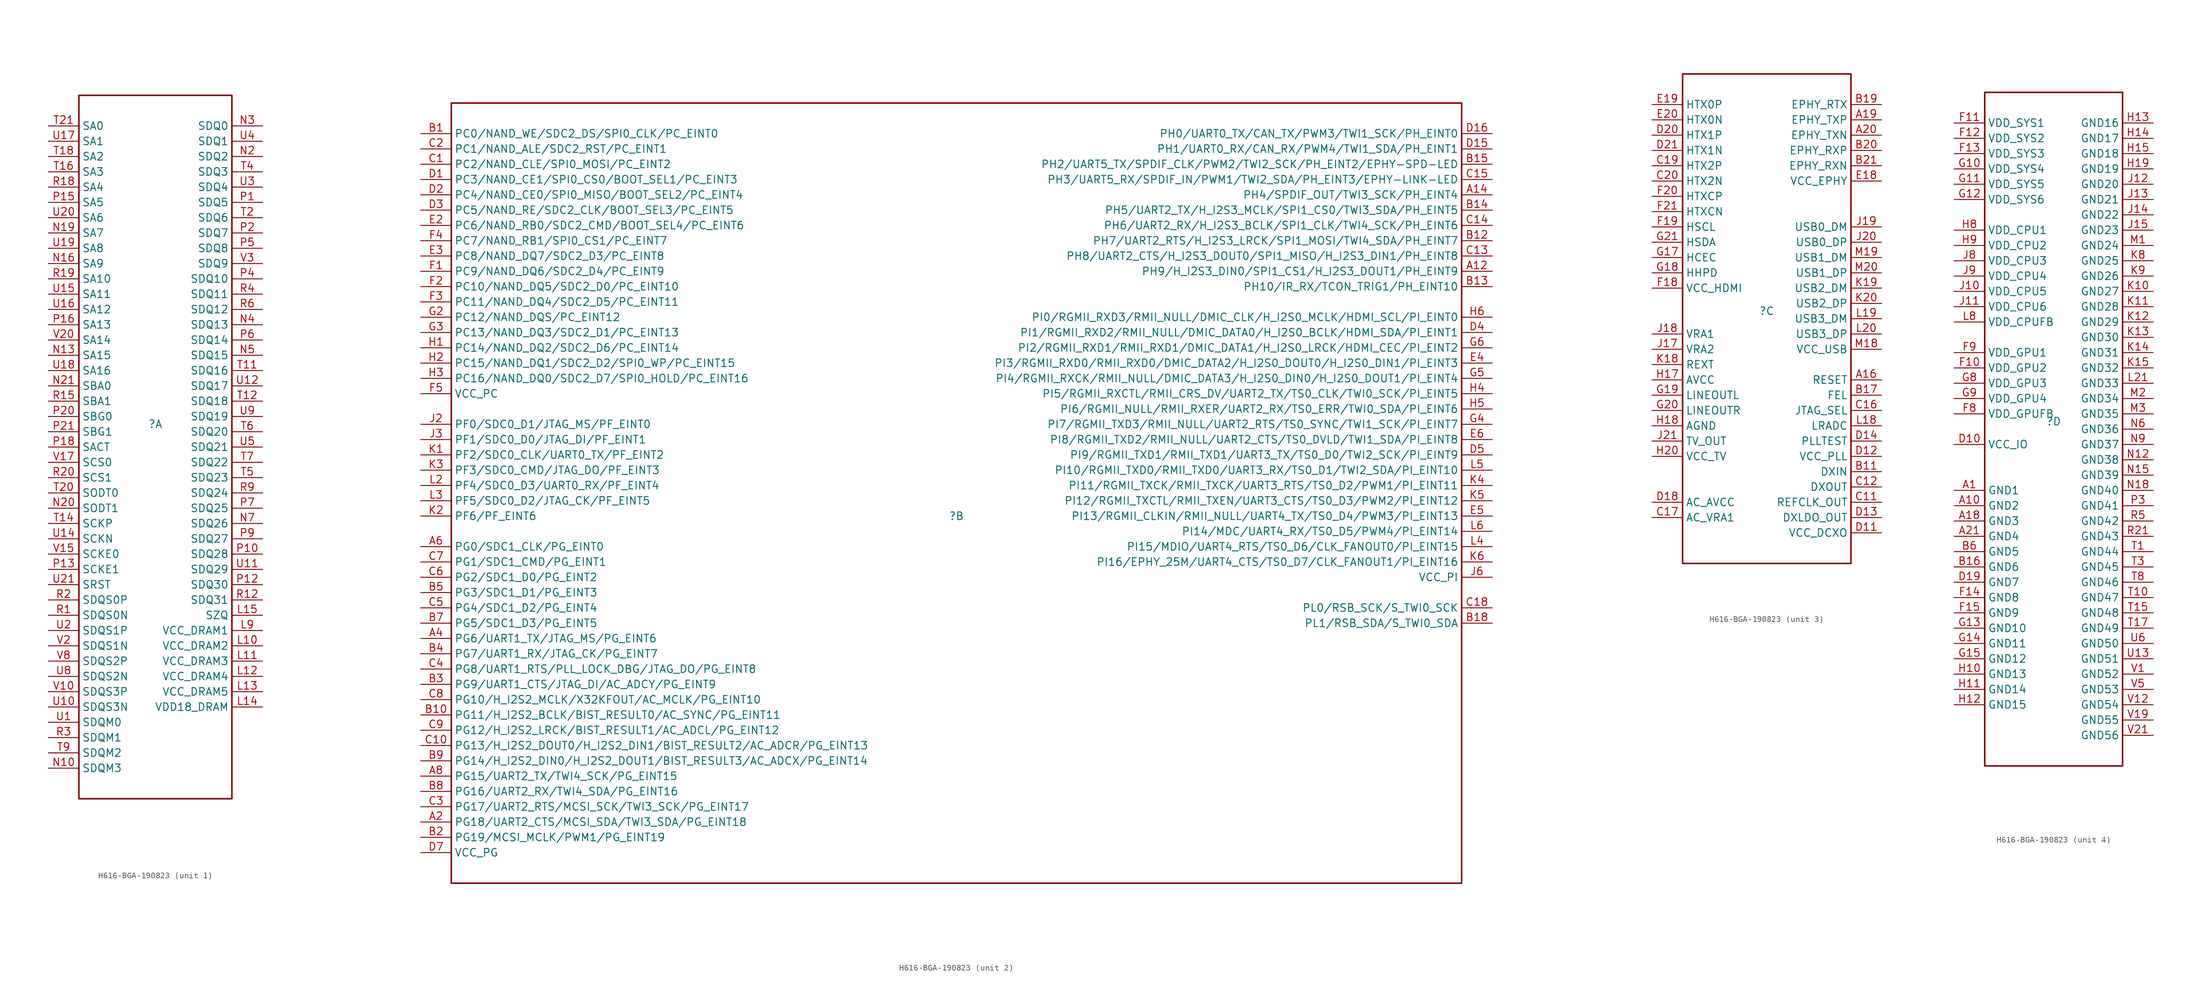
<source format=kicad_sym>
(kicad_symbol_lib
  (version 20231120)
  (generator "kicad_symbol_editor")
  (generator_version "8.0")
  (symbol "H616-BGA-190823"
    (property "Reference" ""
      (at 0 0 0)
      (effects (font (size 1.27 1.27))))
    (property "Value" ""
      (at 0 0 0)
      (effects (font (size 1.27 1.27))))
    (symbol "H616-BGA-190823_1_0"
      (rectangle (start -12.7 54.61) (end 12.7 -62.23) (stroke (width 0.254) (type solid)) (fill (type none)))
      (pin input line (at 17.78 -36.83 180) (length 5.08) (name "VCC_DRAM2" (effects (font (size 1.27 1.27)))) (number "L10" (effects (font (size 1.27 1.27)))))
      (pin input line (at 17.78 -39.37 180) (length 5.08) (name "VCC_DRAM3" (effects (font (size 1.27 1.27)))) (number "L11" (effects (font (size 1.27 1.27)))))
      (pin input line (at 17.78 -41.91 180) (length 5.08) (name "VCC_DRAM4" (effects (font (size 1.27 1.27)))) (number "L12" (effects (font (size 1.27 1.27)))))
      (pin input line (at 17.78 -44.45 180) (length 5.08) (name "VCC_DRAM5" (effects (font (size 1.27 1.27)))) (number "L13" (effects (font (size 1.27 1.27)))))
      (pin input line (at 17.78 -46.99 180) (length 5.08) (name "VDD18_DRAM" (effects (font (size 1.27 1.27)))) (number "L14" (effects (font (size 1.27 1.27)))))
      (pin input line (at 17.78 -31.75 180) (length 5.08) (name "SZQ" (effects (font (size 1.27 1.27)))) (number "L15" (effects (font (size 1.27 1.27)))))
      (pin input line (at 17.78 -34.29 180) (length 5.08) (name "VCC_DRAM1" (effects (font (size 1.27 1.27)))) (number "L9" (effects (font (size 1.27 1.27)))))
      (pin input line (at -17.78 -57.15 0) (length 5.08) (name "SDQM3" (effects (font (size 1.27 1.27)))) (number "N10" (effects (font (size 1.27 1.27)))))
      (pin input line (at -17.78 11.43 0) (length 5.08) (name "SA15" (effects (font (size 1.27 1.27)))) (number "N13" (effects (font (size 1.27 1.27)))))
      (pin input line (at -17.78 26.67 0) (length 5.08) (name "SA9" (effects (font (size 1.27 1.27)))) (number "N16" (effects (font (size 1.27 1.27)))))
      (pin input line (at -17.78 31.75 0) (length 5.08) (name "SA7" (effects (font (size 1.27 1.27)))) (number "N19" (effects (font (size 1.27 1.27)))))
      (pin input line (at 17.78 44.45 180) (length 5.08) (name "SDQ2" (effects (font (size 1.27 1.27)))) (number "N2" (effects (font (size 1.27 1.27)))))
      (pin input line (at -17.78 -13.97 0) (length 5.08) (name "SODT1" (effects (font (size 1.27 1.27)))) (number "N20" (effects (font (size 1.27 1.27)))))
      (pin input line (at -17.78 6.35 0) (length 5.08) (name "SBA0" (effects (font (size 1.27 1.27)))) (number "N21" (effects (font (size 1.27 1.27)))))
      (pin input line (at 17.78 49.53 180) (length 5.08) (name "SDQ0" (effects (font (size 1.27 1.27)))) (number "N3" (effects (font (size 1.27 1.27)))))
      (pin input line (at 17.78 16.51 180) (length 5.08) (name "SDQ13" (effects (font (size 1.27 1.27)))) (number "N4" (effects (font (size 1.27 1.27)))))
      (pin input line (at 17.78 11.43 180) (length 5.08) (name "SDQ15" (effects (font (size 1.27 1.27)))) (number "N5" (effects (font (size 1.27 1.27)))))
      (pin input line (at 17.78 -16.51 180) (length 5.08) (name "SDQ26" (effects (font (size 1.27 1.27)))) (number "N7" (effects (font (size 1.27 1.27)))))
      (pin input line (at 17.78 36.83 180) (length 5.08) (name "SDQ5" (effects (font (size 1.27 1.27)))) (number "P1" (effects (font (size 1.27 1.27)))))
      (pin input line (at 17.78 -21.59 180) (length 5.08) (name "SDQ28" (effects (font (size 1.27 1.27)))) (number "P10" (effects (font (size 1.27 1.27)))))
      (pin input line (at 17.78 -26.67 180) (length 5.08) (name "SDQ30" (effects (font (size 1.27 1.27)))) (number "P12" (effects (font (size 1.27 1.27)))))
      (pin input line (at -17.78 -24.13 0) (length 5.08) (name "SCKE1" (effects (font (size 1.27 1.27)))) (number "P13" (effects (font (size 1.27 1.27)))))
      (pin input line (at -17.78 36.83 0) (length 5.08) (name "SA5" (effects (font (size 1.27 1.27)))) (number "P15" (effects (font (size 1.27 1.27)))))
      (pin input line (at -17.78 16.51 0) (length 5.08) (name "SA13" (effects (font (size 1.27 1.27)))) (number "P16" (effects (font (size 1.27 1.27)))))
      (pin input line (at -17.78 -3.81 0) (length 5.08) (name "SACT" (effects (font (size 1.27 1.27)))) (number "P18" (effects (font (size 1.27 1.27)))))
      (pin input line (at 17.78 31.75 180) (length 5.08) (name "SDQ7" (effects (font (size 1.27 1.27)))) (number "P2" (effects (font (size 1.27 1.27)))))
      (pin input line (at -17.78 1.27 0) (length 5.08) (name "SBG0" (effects (font (size 1.27 1.27)))) (number "P20" (effects (font (size 1.27 1.27)))))
      (pin input line (at -17.78 -1.27 0) (length 5.08) (name "SBG1" (effects (font (size 1.27 1.27)))) (number "P21" (effects (font (size 1.27 1.27)))))
      (pin input line (at 17.78 24.13 180) (length 5.08) (name "SDQ10" (effects (font (size 1.27 1.27)))) (number "P4" (effects (font (size 1.27 1.27)))))
      (pin input line (at 17.78 29.21 180) (length 5.08) (name "SDQ8" (effects (font (size 1.27 1.27)))) (number "P5" (effects (font (size 1.27 1.27)))))
      (pin input line (at 17.78 13.97 180) (length 5.08) (name "SDQ14" (effects (font (size 1.27 1.27)))) (number "P6" (effects (font (size 1.27 1.27)))))
      (pin input line (at 17.78 -13.97 180) (length 5.08) (name "SDQ25" (effects (font (size 1.27 1.27)))) (number "P7" (effects (font (size 1.27 1.27)))))
      (pin input line (at 17.78 -19.05 180) (length 5.08) (name "SDQ27" (effects (font (size 1.27 1.27)))) (number "P9" (effects (font (size 1.27 1.27)))))
      (pin input line (at -17.78 -31.75 0) (length 5.08) (name "SDQS0N" (effects (font (size 1.27 1.27)))) (number "R1" (effects (font (size 1.27 1.27)))))
      (pin input line (at 17.78 -29.21 180) (length 5.08) (name "SDQ31" (effects (font (size 1.27 1.27)))) (number "R12" (effects (font (size 1.27 1.27)))))
      (pin input line (at -17.78 3.81 0) (length 5.08) (name "SBA1" (effects (font (size 1.27 1.27)))) (number "R15" (effects (font (size 1.27 1.27)))))
      (pin input line (at -17.78 39.37 0) (length 5.08) (name "SA4" (effects (font (size 1.27 1.27)))) (number "R18" (effects (font (size 1.27 1.27)))))
      (pin input line (at -17.78 24.13 0) (length 5.08) (name "SA10" (effects (font (size 1.27 1.27)))) (number "R19" (effects (font (size 1.27 1.27)))))
      (pin input line (at -17.78 -29.21 0) (length 5.08) (name "SDQS0P" (effects (font (size 1.27 1.27)))) (number "R2" (effects (font (size 1.27 1.27)))))
      (pin input line (at -17.78 -8.89 0) (length 5.08) (name "SCS1" (effects (font (size 1.27 1.27)))) (number "R20" (effects (font (size 1.27 1.27)))))
      (pin input line (at -17.78 -52.07 0) (length 5.08) (name "SDQM1" (effects (font (size 1.27 1.27)))) (number "R3" (effects (font (size 1.27 1.27)))))
      (pin input line (at 17.78 21.59 180) (length 5.08) (name "SDQ11" (effects (font (size 1.27 1.27)))) (number "R4" (effects (font (size 1.27 1.27)))))
      (pin input line (at 17.78 19.05 180) (length 5.08) (name "SDQ12" (effects (font (size 1.27 1.27)))) (number "R6" (effects (font (size 1.27 1.27)))))
      (pin input line (at 17.78 -11.43 180) (length 5.08) (name "SDQ24" (effects (font (size 1.27 1.27)))) (number "R9" (effects (font (size 1.27 1.27)))))
      (pin input line (at 17.78 8.89 180) (length 5.08) (name "SDQ16" (effects (font (size 1.27 1.27)))) (number "T11" (effects (font (size 1.27 1.27)))))
      (pin input line (at 17.78 3.81 180) (length 5.08) (name "SDQ18" (effects (font (size 1.27 1.27)))) (number "T12" (effects (font (size 1.27 1.27)))))
      (pin input line (at -17.78 -16.51 0) (length 5.08) (name "SCKP" (effects (font (size 1.27 1.27)))) (number "T14" (effects (font (size 1.27 1.27)))))
      (pin input line (at -17.78 41.91 0) (length 5.08) (name "SA3" (effects (font (size 1.27 1.27)))) (number "T16" (effects (font (size 1.27 1.27)))))
      (pin input line (at -17.78 44.45 0) (length 5.08) (name "SA2" (effects (font (size 1.27 1.27)))) (number "T18" (effects (font (size 1.27 1.27)))))
      (pin input line (at 17.78 34.29 180) (length 5.08) (name "SDQ6" (effects (font (size 1.27 1.27)))) (number "T2" (effects (font (size 1.27 1.27)))))
      (pin input line (at -17.78 -11.43 0) (length 5.08) (name "SODT0" (effects (font (size 1.27 1.27)))) (number "T20" (effects (font (size 1.27 1.27)))))
      (pin input line (at -17.78 49.53 0) (length 5.08) (name "SA0" (effects (font (size 1.27 1.27)))) (number "T21" (effects (font (size 1.27 1.27)))))
      (pin input line (at 17.78 41.91 180) (length 5.08) (name "SDQ3" (effects (font (size 1.27 1.27)))) (number "T4" (effects (font (size 1.27 1.27)))))
      (pin input line (at 17.78 -8.89 180) (length 5.08) (name "SDQ23" (effects (font (size 1.27 1.27)))) (number "T5" (effects (font (size 1.27 1.27)))))
      (pin input line (at 17.78 -1.27 180) (length 5.08) (name "SDQ20" (effects (font (size 1.27 1.27)))) (number "T6" (effects (font (size 1.27 1.27)))))
      (pin input line (at 17.78 -6.35 180) (length 5.08) (name "SDQ22" (effects (font (size 1.27 1.27)))) (number "T7" (effects (font (size 1.27 1.27)))))
      (pin input line (at -17.78 -54.61 0) (length 5.08) (name "SDQM2" (effects (font (size 1.27 1.27)))) (number "T9" (effects (font (size 1.27 1.27)))))
      (pin input line (at -17.78 -49.53 0) (length 5.08) (name "SDQM0" (effects (font (size 1.27 1.27)))) (number "U1" (effects (font (size 1.27 1.27)))))
      (pin input line (at -17.78 -46.99 0) (length 5.08) (name "SDQS3N" (effects (font (size 1.27 1.27)))) (number "U10" (effects (font (size 1.27 1.27)))))
      (pin input line (at 17.78 -24.13 180) (length 5.08) (name "SDQ29" (effects (font (size 1.27 1.27)))) (number "U11" (effects (font (size 1.27 1.27)))))
      (pin input line (at 17.78 6.35 180) (length 5.08) (name "SDQ17" (effects (font (size 1.27 1.27)))) (number "U12" (effects (font (size 1.27 1.27)))))
      (pin input line (at -17.78 -19.05 0) (length 5.08) (name "SCKN" (effects (font (size 1.27 1.27)))) (number "U14" (effects (font (size 1.27 1.27)))))
      (pin input line (at -17.78 21.59 0) (length 5.08) (name "SA11" (effects (font (size 1.27 1.27)))) (number "U15" (effects (font (size 1.27 1.27)))))
      (pin input line (at -17.78 19.05 0) (length 5.08) (name "SA12" (effects (font (size 1.27 1.27)))) (number "U16" (effects (font (size 1.27 1.27)))))
      (pin input line (at -17.78 46.99 0) (length 5.08) (name "SA1" (effects (font (size 1.27 1.27)))) (number "U17" (effects (font (size 1.27 1.27)))))
      (pin input line (at -17.78 8.89 0) (length 5.08) (name "SA16" (effects (font (size 1.27 1.27)))) (number "U18" (effects (font (size 1.27 1.27)))))
      (pin input line (at -17.78 29.21 0) (length 5.08) (name "SA8" (effects (font (size 1.27 1.27)))) (number "U19" (effects (font (size 1.27 1.27)))))
      (pin input line (at -17.78 -34.29 0) (length 5.08) (name "SDQS1P" (effects (font (size 1.27 1.27)))) (number "U2" (effects (font (size 1.27 1.27)))))
      (pin input line (at -17.78 34.29 0) (length 5.08) (name "SA6" (effects (font (size 1.27 1.27)))) (number "U20" (effects (font (size 1.27 1.27)))))
      (pin input line (at -17.78 -26.67 0) (length 5.08) (name "SRST" (effects (font (size 1.27 1.27)))) (number "U21" (effects (font (size 1.27 1.27)))))
      (pin input line (at 17.78 39.37 180) (length 5.08) (name "SDQ4" (effects (font (size 1.27 1.27)))) (number "U3" (effects (font (size 1.27 1.27)))))
      (pin input line (at 17.78 46.99 180) (length 5.08) (name "SDQ1" (effects (font (size 1.27 1.27)))) (number "U4" (effects (font (size 1.27 1.27)))))
      (pin input line (at 17.78 -3.81 180) (length 5.08) (name "SDQ21" (effects (font (size 1.27 1.27)))) (number "U5" (effects (font (size 1.27 1.27)))))
      (pin input line (at -17.78 -41.91 0) (length 5.08) (name "SDQS2N" (effects (font (size 1.27 1.27)))) (number "U8" (effects (font (size 1.27 1.27)))))
      (pin input line (at 17.78 1.27 180) (length 5.08) (name "SDQ19" (effects (font (size 1.27 1.27)))) (number "U9" (effects (font (size 1.27 1.27)))))
      (pin input line (at -17.78 -44.45 0) (length 5.08) (name "SDQS3P" (effects (font (size 1.27 1.27)))) (number "V10" (effects (font (size 1.27 1.27)))))
      (pin input line (at -17.78 -21.59 0) (length 5.08) (name "SCKE0" (effects (font (size 1.27 1.27)))) (number "V15" (effects (font (size 1.27 1.27)))))
      (pin input line (at -17.78 -6.35 0) (length 5.08) (name "SCS0" (effects (font (size 1.27 1.27)))) (number "V17" (effects (font (size 1.27 1.27)))))
      (pin input line (at -17.78 -36.83 0) (length 5.08) (name "SDQS1N" (effects (font (size 1.27 1.27)))) (number "V2" (effects (font (size 1.27 1.27)))))
      (pin input line (at -17.78 13.97 0) (length 5.08) (name "SA14" (effects (font (size 1.27 1.27)))) (number "V20" (effects (font (size 1.27 1.27)))))
      (pin input line (at 17.78 26.67 180) (length 5.08) (name "SDQ9" (effects (font (size 1.27 1.27)))) (number "V3" (effects (font (size 1.27 1.27)))))
      (pin input line (at -17.78 -39.37 0) (length 5.08) (name "SDQS2P" (effects (font (size 1.27 1.27)))) (number "V8" (effects (font (size 1.27 1.27))))))
    (symbol "H616-BGA-190823_2_0"
      (rectangle (start -83.82 68.58) (end 83.82 -60.96) (stroke (width 0.254) (type solid)) (fill (type none)))
      (pin input line (at 88.9 40.64 180) (length 5.08) (name "PH9/H_I2S3_DIN0/SPI1_CS1/H_I2S3_DOUT1/PH_EINT9" (effects (font (size 1.27 1.27)))) (number "A12" (effects (font (size 1.27 1.27)))))
      (pin input line (at 88.9 53.34 180) (length 5.08) (name "PH4/SPDIF_OUT/TWI3_SCK/PH_EINT4" (effects (font (size 1.27 1.27)))) (number "A14" (effects (font (size 1.27 1.27)))))
      (pin input line (at -88.9 -50.8 0) (length 5.08) (name "PG18/UART2_CTS/MCSI_SDA/TWI3_SDA/PG_EINT18" (effects (font (size 1.27 1.27)))) (number "A2" (effects (font (size 1.27 1.27)))))
      (pin input line (at -88.9 -20.32 0) (length 5.08) (name "PG6/UART1_TX/JTAG_MS/PG_EINT6" (effects (font (size 1.27 1.27)))) (number "A4" (effects (font (size 1.27 1.27)))))
      (pin input line (at -88.9 -5.08 0) (length 5.08) (name "PG0/SDC1_CLK/PG_EINT0" (effects (font (size 1.27 1.27)))) (number "A6" (effects (font (size 1.27 1.27)))))
      (pin input line (at -88.9 -43.18 0) (length 5.08) (name "PG15/UART2_TX/TWI4_SCK/PG_EINT15" (effects (font (size 1.27 1.27)))) (number "A8" (effects (font (size 1.27 1.27)))))
      (pin input line (at -88.9 63.5 0) (length 5.08) (name "PC0/NAND_WE/SDC2_DS/SPI0_CLK/PC_EINT0" (effects (font (size 1.27 1.27)))) (number "B1" (effects (font (size 1.27 1.27)))))
      (pin input line (at -88.9 -33.02 0) (length 5.08) (name "PG11/H_I2S2_BCLK/BIST_RESULT0/AC_SYNC/PG_EINT11" (effects (font (size 1.27 1.27)))) (number "B10" (effects (font (size 1.27 1.27)))))
      (pin input line (at 88.9 45.72 180) (length 5.08) (name "PH7/UART2_RTS/H_I2S3_LRCK/SPI1_MOSI/TWI4_SDA/PH_EINT7" (effects (font (size 1.27 1.27)))) (number "B12" (effects (font (size 1.27 1.27)))))
      (pin input line (at 88.9 38.1 180) (length 5.08) (name "PH10/IR_RX/TCON_TRIG1/PH_EINT10" (effects (font (size 1.27 1.27)))) (number "B13" (effects (font (size 1.27 1.27)))))
      (pin input line (at 88.9 50.8 180) (length 5.08) (name "PH5/UART2_TX/H_I2S3_MCLK/SPI1_CS0/TWI3_SDA/PH_EINT5" (effects (font (size 1.27 1.27)))) (number "B14" (effects (font (size 1.27 1.27)))))
      (pin input line (at 88.9 58.42 180) (length 5.08) (name "PH2/UART5_TX/SPDIF_CLK/PWM2/TWI2_SCK/PH_EINT2/EPHY-SPD-LED" (effects (font (size 1.27 1.27)))) (number "B15" (effects (font (size 1.27 1.27)))))
      (pin input line (at 88.9 -17.78 180) (length 5.08) (name "PL1/RSB_SDA/S_TWI0_SDA" (effects (font (size 1.27 1.27)))) (number "B18" (effects (font (size 1.27 1.27)))))
      (pin input line (at -88.9 -53.34 0) (length 5.08) (name "PG19/MCSI_MCLK/PWM1/PG_EINT19" (effects (font (size 1.27 1.27)))) (number "B2" (effects (font (size 1.27 1.27)))))
      (pin input line (at -88.9 -27.94 0) (length 5.08) (name "PG9/UART1_CTS/JTAG_DI/AC_ADCY/PG_EINT9" (effects (font (size 1.27 1.27)))) (number "B3" (effects (font (size 1.27 1.27)))))
      (pin input line (at -88.9 -22.86 0) (length 5.08) (name "PG7/UART1_RX/JTAG_CK/PG_EINT7" (effects (font (size 1.27 1.27)))) (number "B4" (effects (font (size 1.27 1.27)))))
      (pin input line (at -88.9 -12.7 0) (length 5.08) (name "PG3/SDC1_D1/PG_EINT3" (effects (font (size 1.27 1.27)))) (number "B5" (effects (font (size 1.27 1.27)))))
      (pin input line (at -88.9 -17.78 0) (length 5.08) (name "PG5/SDC1_D3/PG_EINT5" (effects (font (size 1.27 1.27)))) (number "B7" (effects (font (size 1.27 1.27)))))
      (pin input line (at -88.9 -45.72 0) (length 5.08) (name "PG16/UART2_RX/TWI4_SDA/PG_EINT16" (effects (font (size 1.27 1.27)))) (number "B8" (effects (font (size 1.27 1.27)))))
      (pin input line (at -88.9 -40.64 0) (length 5.08) (name "PG14/H_I2S2_DIN0/H_I2S2_DOUT1/BIST_RESULT3/AC_ADCX/PG_EINT14" (effects (font (size 1.27 1.27)))) (number "B9" (effects (font (size 1.27 1.27)))))
      (pin input line (at -88.9 58.42 0) (length 5.08) (name "PC2/NAND_CLE/SPI0_MOSI/PC_EINT2" (effects (font (size 1.27 1.27)))) (number "C1" (effects (font (size 1.27 1.27)))))
      (pin input line (at -88.9 -38.1 0) (length 5.08) (name "PG13/H_I2S2_DOUT0/H_I2S2_DIN1/BIST_RESULT2/AC_ADCR/PG_EINT13" (effects (font (size 1.27 1.27)))) (number "C10" (effects (font (size 1.27 1.27)))))
      (pin input line (at 88.9 43.18 180) (length 5.08) (name "PH8/UART2_CTS/H_I2S3_DOUT0/SPI1_MISO/H_I2S3_DIN1/PH_EINT8" (effects (font (size 1.27 1.27)))) (number "C13" (effects (font (size 1.27 1.27)))))
      (pin input line (at 88.9 48.26 180) (length 5.08) (name "PH6/UART2_RX/H_I2S3_BCLK/SPI1_CLK/TWI4_SCK/PH_EINT6" (effects (font (size 1.27 1.27)))) (number "C14" (effects (font (size 1.27 1.27)))))
      (pin input line (at 88.9 55.88 180) (length 5.08) (name "PH3/UART5_RX/SPDIF_IN/PWM1/TWI2_SDA/PH_EINT3/EPHY-LINK-LED" (effects (font (size 1.27 1.27)))) (number "C15" (effects (font (size 1.27 1.27)))))
      (pin input line (at 88.9 -15.24 180) (length 5.08) (name "PL0/RSB_SCK/S_TWI0_SCK" (effects (font (size 1.27 1.27)))) (number "C18" (effects (font (size 1.27 1.27)))))
      (pin input line (at -88.9 60.96 0) (length 5.08) (name "PC1/NAND_ALE/SDC2_RST/PC_EINT1" (effects (font (size 1.27 1.27)))) (number "C2" (effects (font (size 1.27 1.27)))))
      (pin input line (at -88.9 -48.26 0) (length 5.08) (name "PG17/UART2_RTS/MCSI_SCK/TWI3_SCK/PG_EINT17" (effects (font (size 1.27 1.27)))) (number "C3" (effects (font (size 1.27 1.27)))))
      (pin input line (at -88.9 -25.4 0) (length 5.08) (name "PG8/UART1_RTS/PLL_LOCK_DBG/JTAG_DO/PG_EINT8" (effects (font (size 1.27 1.27)))) (number "C4" (effects (font (size 1.27 1.27)))))
      (pin input line (at -88.9 -15.24 0) (length 5.08) (name "PG4/SDC1_D2/PG_EINT4" (effects (font (size 1.27 1.27)))) (number "C5" (effects (font (size 1.27 1.27)))))
      (pin input line (at -88.9 -10.16 0) (length 5.08) (name "PG2/SDC1_D0/PG_EINT2" (effects (font (size 1.27 1.27)))) (number "C6" (effects (font (size 1.27 1.27)))))
      (pin input line (at -88.9 -7.62 0) (length 5.08) (name "PG1/SDC1_CMD/PG_EINT1" (effects (font (size 1.27 1.27)))) (number "C7" (effects (font (size 1.27 1.27)))))
      (pin input line (at -88.9 -30.48 0) (length 5.08) (name "PG10/H_I2S2_MCLK/X32KFOUT/AC_MCLK/PG_EINT10" (effects (font (size 1.27 1.27)))) (number "C8" (effects (font (size 1.27 1.27)))))
      (pin input line (at -88.9 -35.56 0) (length 5.08) (name "PG12/H_I2S2_LRCK/BIST_RESULT1/AC_ADCL/PG_EINT12" (effects (font (size 1.27 1.27)))) (number "C9" (effects (font (size 1.27 1.27)))))
      (pin input line (at -88.9 55.88 0) (length 5.08) (name "PC3/NAND_CE1/SPI0_CS0/BOOT_SEL1/PC_EINT3" (effects (font (size 1.27 1.27)))) (number "D1" (effects (font (size 1.27 1.27)))))
      (pin input line (at 88.9 60.96 180) (length 5.08) (name "PH1/UART0_RX/CAN_RX/PWM4/TWI1_SDA/PH_EINT1" (effects (font (size 1.27 1.27)))) (number "D15" (effects (font (size 1.27 1.27)))))
      (pin input line (at 88.9 63.5 180) (length 5.08) (name "PH0/UART0_TX/CAN_TX/PWM3/TWI1_SCK/PH_EINT0" (effects (font (size 1.27 1.27)))) (number "D16" (effects (font (size 1.27 1.27)))))
      (pin input line (at -88.9 53.34 0) (length 5.08) (name "PC4/NAND_CE0/SPI0_MISO/BOOT_SEL2/PC_EINT4" (effects (font (size 1.27 1.27)))) (number "D2" (effects (font (size 1.27 1.27)))))
      (pin input line (at -88.9 50.8 0) (length 5.08) (name "PC5/NAND_RE/SDC2_CLK/BOOT_SEL3/PC_EINT5" (effects (font (size 1.27 1.27)))) (number "D3" (effects (font (size 1.27 1.27)))))
      (pin input line (at 88.9 30.48 180) (length 5.08) (name "PI1/RGMII_RXD2/RMII_NULL/DMIC_DATA0/H_I2S0_BCLK/HDMI_SDA/PI_EINT1" (effects (font (size 1.27 1.27)))) (number "D4" (effects (font (size 1.27 1.27)))))
      (pin input line (at 88.9 10.16 180) (length 5.08) (name "PI9/RGMII_TXD1/RMII_TXD1/UART3_TX/TS0_D0/TWI2_SCK/PI_EINT9" (effects (font (size 1.27 1.27)))) (number "D5" (effects (font (size 1.27 1.27)))))
      (pin input line (at -88.9 -55.88 0) (length 5.08) (name "VCC_PG" (effects (font (size 1.27 1.27)))) (number "D7" (effects (font (size 1.27 1.27)))))
      (pin input line (at -88.9 48.26 0) (length 5.08) (name "PC6/NAND_RB0/SDC2_CMD/BOOT_SEL4/PC_EINT6" (effects (font (size 1.27 1.27)))) (number "E2" (effects (font (size 1.27 1.27)))))
      (pin input line (at -88.9 43.18 0) (length 5.08) (name "PC8/NAND_DQ7/SDC2_D3/PC_EINT8" (effects (font (size 1.27 1.27)))) (number "E3" (effects (font (size 1.27 1.27)))))
      (pin input line (at 88.9 25.4 180) (length 5.08) (name "PI3/RGMII_RXD0/RMII_RXD0/DMIC_DATA2/H_I2S0_DOUT0/H_I2S0_DIN1/PI_EINT3" (effects (font (size 1.27 1.27)))) (number "E4" (effects (font (size 1.27 1.27)))))
      (pin input line (at 88.9 0 180) (length 5.08) (name "PI13/RGMII_CLKIN/RMII_NULL/UART4_TX/TS0_D4/PWM3/PI_EINT13" (effects (font (size 1.27 1.27)))) (number "E5" (effects (font (size 1.27 1.27)))))
      (pin input line (at 88.9 12.7 180) (length 5.08) (name "PI8/RGMII_TXD2/RMII_NULL/UART2_CTS/TS0_DVLD/TWI1_SDA/PI_EINT8" (effects (font (size 1.27 1.27)))) (number "E6" (effects (font (size 1.27 1.27)))))
      (pin input line (at -88.9 40.64 0) (length 5.08) (name "PC9/NAND_DQ6/SDC2_D4/PC_EINT9" (effects (font (size 1.27 1.27)))) (number "F1" (effects (font (size 1.27 1.27)))))
      (pin input line (at -88.9 38.1 0) (length 5.08) (name "PC10/NAND_DQ5/SDC2_D0/PC_EINT10" (effects (font (size 1.27 1.27)))) (number "F2" (effects (font (size 1.27 1.27)))))
      (pin input line (at -88.9 35.56 0) (length 5.08) (name "PC11/NAND_DQ4/SDC2_D5/PC_EINT11" (effects (font (size 1.27 1.27)))) (number "F3" (effects (font (size 1.27 1.27)))))
      (pin input line (at -88.9 45.72 0) (length 5.08) (name "PC7/NAND_RB1/SPI0_CS1/PC_EINT7" (effects (font (size 1.27 1.27)))) (number "F4" (effects (font (size 1.27 1.27)))))
      (pin input line (at -88.9 20.32 0) (length 5.08) (name "VCC_PC" (effects (font (size 1.27 1.27)))) (number "F5" (effects (font (size 1.27 1.27)))))
      (pin input line (at -88.9 33.02 0) (length 5.08) (name "PC12/NAND_DQS/PC_EINT12" (effects (font (size 1.27 1.27)))) (number "G2" (effects (font (size 1.27 1.27)))))
      (pin input line (at -88.9 30.48 0) (length 5.08) (name "PC13/NAND_DQ3/SDC2_D1/PC_EINT13" (effects (font (size 1.27 1.27)))) (number "G3" (effects (font (size 1.27 1.27)))))
      (pin input line (at 88.9 15.24 180) (length 5.08) (name "PI7/RGMII_TXD3/RMII_NULL/UART2_RTS/TS0_SYNC/TWI1_SCK/PI_EINT7" (effects (font (size 1.27 1.27)))) (number "G4" (effects (font (size 1.27 1.27)))))
      (pin input line (at 88.9 22.86 180) (length 5.08) (name "PI4/RGMII_RXCK/RMII_NULL/DMIC_DATA3/H_I2S0_DIN0/H_I2S0_DOUT1/PI_EINT4" (effects (font (size 1.27 1.27)))) (number "G5" (effects (font (size 1.27 1.27)))))
      (pin input line (at 88.9 27.94 180) (length 5.08) (name "PI2/RGMII_RXD1/RMII_RXD1/DMIC_DATA1/H_I2S0_LRCK/HDMI_CEC/PI_EINT2" (effects (font (size 1.27 1.27)))) (number "G6" (effects (font (size 1.27 1.27)))))
      (pin input line (at -88.9 27.94 0) (length 5.08) (name "PC14/NAND_DQ2/SDC2_D6/PC_EINT14" (effects (font (size 1.27 1.27)))) (number "H1" (effects (font (size 1.27 1.27)))))
      (pin input line (at -88.9 25.4 0) (length 5.08) (name "PC15/NAND_DQ1/SDC2_D2/SPI0_WP/PC_EINT15" (effects (font (size 1.27 1.27)))) (number "H2" (effects (font (size 1.27 1.27)))))
      (pin input line (at -88.9 22.86 0) (length 5.08) (name "PC16/NAND_DQ0/SDC2_D7/SPI0_HOLD/PC_EINT16" (effects (font (size 1.27 1.27)))) (number "H3" (effects (font (size 1.27 1.27)))))
      (pin input line (at 88.9 20.32 180) (length 5.08) (name "PI5/RGMII_RXCTL/RMII_CRS_DV/UART2_TX/TS0_CLK/TWI0_SCK/PI_EINT5" (effects (font (size 1.27 1.27)))) (number "H4" (effects (font (size 1.27 1.27)))))
      (pin input line (at 88.9 17.78 180) (length 5.08) (name "PI6/RGMII_NULL/RMII_RXER/UART2_RX/TS0_ERR/TWI0_SDA/PI_EINT6" (effects (font (size 1.27 1.27)))) (number "H5" (effects (font (size 1.27 1.27)))))
      (pin input line (at 88.9 33.02 180) (length 5.08) (name "PI0/RGMII_RXD3/RMII_NULL/DMIC_CLK/H_I2S0_MCLK/HDMI_SCL/PI_EINT0" (effects (font (size 1.27 1.27)))) (number "H6" (effects (font (size 1.27 1.27)))))
      (pin input line (at -88.9 15.24 0) (length 5.08) (name "PF0/SDC0_D1/JTAG_MS/PF_EINT0" (effects (font (size 1.27 1.27)))) (number "J2" (effects (font (size 1.27 1.27)))))
      (pin input line (at -88.9 12.7 0) (length 5.08) (name "PF1/SDC0_D0/JTAG_DI/PF_EINT1" (effects (font (size 1.27 1.27)))) (number "J3" (effects (font (size 1.27 1.27)))))
      (pin input line (at 88.9 -10.16 180) (length 5.08) (name "VCC_PI" (effects (font (size 1.27 1.27)))) (number "J6" (effects (font (size 1.27 1.27)))))
      (pin input line (at -88.9 10.16 0) (length 5.08) (name "PF2/SDC0_CLK/UART0_TX/PF_EINT2" (effects (font (size 1.27 1.27)))) (number "K1" (effects (font (size 1.27 1.27)))))
      (pin input line (at -88.9 0 0) (length 5.08) (name "PF6/PF_EINT6" (effects (font (size 1.27 1.27)))) (number "K2" (effects (font (size 1.27 1.27)))))
      (pin input line (at -88.9 7.62 0) (length 5.08) (name "PF3/SDC0_CMD/JTAG_DO/PF_EINT3" (effects (font (size 1.27 1.27)))) (number "K3" (effects (font (size 1.27 1.27)))))
      (pin input line (at 88.9 5.08 180) (length 5.08) (name "PI11/RGMII_TXCK/RMII_TXCK/UART3_RTS/TS0_D2/PWM1/PI_EINT11" (effects (font (size 1.27 1.27)))) (number "K4" (effects (font (size 1.27 1.27)))))
      (pin input line (at 88.9 2.54 180) (length 5.08) (name "PI12/RGMII_TXCTL/RMII_TXEN/UART3_CTS/TS0_D3/PWM2/PI_EINT12" (effects (font (size 1.27 1.27)))) (number "K5" (effects (font (size 1.27 1.27)))))
      (pin input line (at 88.9 -7.62 180) (length 5.08) (name "PI16/EPHY_25M/UART4_CTS/TS0_D7/CLK_FANOUT1/PI_EINT16" (effects (font (size 1.27 1.27)))) (number "K6" (effects (font (size 1.27 1.27)))))
      (pin input line (at -88.9 5.08 0) (length 5.08) (name "PF4/SDC0_D3/UART0_RX/PF_EINT4" (effects (font (size 1.27 1.27)))) (number "L2" (effects (font (size 1.27 1.27)))))
      (pin input line (at -88.9 2.54 0) (length 5.08) (name "PF5/SDC0_D2/JTAG_CK/PF_EINT5" (effects (font (size 1.27 1.27)))) (number "L3" (effects (font (size 1.27 1.27)))))
      (pin input line (at 88.9 -5.08 180) (length 5.08) (name "PI15/MDIO/UART4_RTS/TS0_D6/CLK_FANOUT0/PI_EINT15" (effects (font (size 1.27 1.27)))) (number "L4" (effects (font (size 1.27 1.27)))))
      (pin input line (at 88.9 7.62 180) (length 5.08) (name "PI10/RGMII_TXD0/RMII_TXD0/UART3_RX/TS0_D1/TWI2_SDA/PI_EINT10" (effects (font (size 1.27 1.27)))) (number "L5" (effects (font (size 1.27 1.27)))))
      (pin input line (at 88.9 -2.54 180) (length 5.08) (name "PI14/MDC/UART4_RX/TS0_D5/PWM4/PI_EINT14" (effects (font (size 1.27 1.27)))) (number "L6" (effects (font (size 1.27 1.27))))))
    (symbol "H616-BGA-190823_3_0"
      (rectangle (start -13.97 39.37) (end 13.97 -41.91) (stroke (width 0.254) (type solid)) (fill (type none)))
      (pin input line (at 19.05 -11.43 180) (length 5.08) (name "RESET" (effects (font (size 1.27 1.27)))) (number "A16" (effects (font (size 1.27 1.27)))))
      (pin input line (at 19.05 31.75 180) (length 5.08) (name "EPHY_TXP" (effects (font (size 1.27 1.27)))) (number "A19" (effects (font (size 1.27 1.27)))))
      (pin input line (at 19.05 29.21 180) (length 5.08) (name "EPHY_TXN" (effects (font (size 1.27 1.27)))) (number "A20" (effects (font (size 1.27 1.27)))))
      (pin input line (at 19.05 -26.67 180) (length 5.08) (name "DXIN" (effects (font (size 1.27 1.27)))) (number "B11" (effects (font (size 1.27 1.27)))))
      (pin input line (at 19.05 -13.97 180) (length 5.08) (name "FEL" (effects (font (size 1.27 1.27)))) (number "B17" (effects (font (size 1.27 1.27)))))
      (pin input line (at 19.05 34.29 180) (length 5.08) (name "EPHY_RTX" (effects (font (size 1.27 1.27)))) (number "B19" (effects (font (size 1.27 1.27)))))
      (pin input line (at 19.05 26.67 180) (length 5.08) (name "EPHY_RXP" (effects (font (size 1.27 1.27)))) (number "B20" (effects (font (size 1.27 1.27)))))
      (pin input line (at 19.05 24.13 180) (length 5.08) (name "EPHY_RXN" (effects (font (size 1.27 1.27)))) (number "B21" (effects (font (size 1.27 1.27)))))
      (pin input line (at 19.05 -31.75 180) (length 5.08) (name "REFCLK_OUT" (effects (font (size 1.27 1.27)))) (number "C11" (effects (font (size 1.27 1.27)))))
      (pin input line (at 19.05 -29.21 180) (length 5.08) (name "DXOUT" (effects (font (size 1.27 1.27)))) (number "C12" (effects (font (size 1.27 1.27)))))
      (pin input line (at 19.05 -16.51 180) (length 5.08) (name "JTAG_SEL" (effects (font (size 1.27 1.27)))) (number "C16" (effects (font (size 1.27 1.27)))))
      (pin input line (at -19.05 -34.29 0) (length 5.08) (name "AC_VRA1" (effects (font (size 1.27 1.27)))) (number "C17" (effects (font (size 1.27 1.27)))))
      (pin input line (at -19.05 24.13 0) (length 5.08) (name "HTX2P" (effects (font (size 1.27 1.27)))) (number "C19" (effects (font (size 1.27 1.27)))))
      (pin input line (at -19.05 21.59 0) (length 5.08) (name "HTX2N" (effects (font (size 1.27 1.27)))) (number "C20" (effects (font (size 1.27 1.27)))))
      (pin input line (at 19.05 -36.83 180) (length 5.08) (name "VCC_DCXO" (effects (font (size 1.27 1.27)))) (number "D11" (effects (font (size 1.27 1.27)))))
      (pin input line (at 19.05 -24.13 180) (length 5.08) (name "VCC_PLL" (effects (font (size 1.27 1.27)))) (number "D12" (effects (font (size 1.27 1.27)))))
      (pin input line (at 19.05 -34.29 180) (length 5.08) (name "DXLDO_OUT" (effects (font (size 1.27 1.27)))) (number "D13" (effects (font (size 1.27 1.27)))))
      (pin input line (at 19.05 -21.59 180) (length 5.08) (name "PLLTEST" (effects (font (size 1.27 1.27)))) (number "D14" (effects (font (size 1.27 1.27)))))
      (pin input line (at -19.05 -31.75 0) (length 5.08) (name "AC_AVCC" (effects (font (size 1.27 1.27)))) (number "D18" (effects (font (size 1.27 1.27)))))
      (pin input line (at -19.05 29.21 0) (length 5.08) (name "HTX1P" (effects (font (size 1.27 1.27)))) (number "D20" (effects (font (size 1.27 1.27)))))
      (pin input line (at -19.05 26.67 0) (length 5.08) (name "HTX1N" (effects (font (size 1.27 1.27)))) (number "D21" (effects (font (size 1.27 1.27)))))
      (pin input line (at 19.05 21.59 180) (length 5.08) (name "VCC_EPHY" (effects (font (size 1.27 1.27)))) (number "E18" (effects (font (size 1.27 1.27)))))
      (pin input line (at -19.05 34.29 0) (length 5.08) (name "HTX0P" (effects (font (size 1.27 1.27)))) (number "E19" (effects (font (size 1.27 1.27)))))
      (pin input line (at -19.05 31.75 0) (length 5.08) (name "HTX0N" (effects (font (size 1.27 1.27)))) (number "E20" (effects (font (size 1.27 1.27)))))
      (pin input line (at -19.05 3.81 0) (length 5.08) (name "VCC_HDMI" (effects (font (size 1.27 1.27)))) (number "F18" (effects (font (size 1.27 1.27)))))
      (pin input line (at -19.05 13.97 0) (length 5.08) (name "HSCL" (effects (font (size 1.27 1.27)))) (number "F19" (effects (font (size 1.27 1.27)))))
      (pin input line (at -19.05 19.05 0) (length 5.08) (name "HTXCP" (effects (font (size 1.27 1.27)))) (number "F20" (effects (font (size 1.27 1.27)))))
      (pin input line (at -19.05 16.51 0) (length 5.08) (name "HTXCN" (effects (font (size 1.27 1.27)))) (number "F21" (effects (font (size 1.27 1.27)))))
      (pin input line (at -19.05 8.89 0) (length 5.08) (name "HCEC" (effects (font (size 1.27 1.27)))) (number "G17" (effects (font (size 1.27 1.27)))))
      (pin input line (at -19.05 6.35 0) (length 5.08) (name "HHPD" (effects (font (size 1.27 1.27)))) (number "G18" (effects (font (size 1.27 1.27)))))
      (pin input line (at -19.05 -13.97 0) (length 5.08) (name "LINEOUTL" (effects (font (size 1.27 1.27)))) (number "G19" (effects (font (size 1.27 1.27)))))
      (pin input line (at -19.05 -16.51 0) (length 5.08) (name "LINEOUTR" (effects (font (size 1.27 1.27)))) (number "G20" (effects (font (size 1.27 1.27)))))
      (pin input line (at -19.05 11.43 0) (length 5.08) (name "HSDA" (effects (font (size 1.27 1.27)))) (number "G21" (effects (font (size 1.27 1.27)))))
      (pin input line (at -19.05 -11.43 0) (length 5.08) (name "AVCC" (effects (font (size 1.27 1.27)))) (number "H17" (effects (font (size 1.27 1.27)))))
      (pin input line (at -19.05 -19.05 0) (length 5.08) (name "AGND" (effects (font (size 1.27 1.27)))) (number "H18" (effects (font (size 1.27 1.27)))))
      (pin input line (at -19.05 -24.13 0) (length 5.08) (name "VCC_TV" (effects (font (size 1.27 1.27)))) (number "H20" (effects (font (size 1.27 1.27)))))
      (pin input line (at -19.05 -6.35 0) (length 5.08) (name "VRA2" (effects (font (size 1.27 1.27)))) (number "J17" (effects (font (size 1.27 1.27)))))
      (pin input line (at -19.05 -3.81 0) (length 5.08) (name "VRA1" (effects (font (size 1.27 1.27)))) (number "J18" (effects (font (size 1.27 1.27)))))
      (pin input line (at 19.05 13.97 180) (length 5.08) (name "USB0_DM" (effects (font (size 1.27 1.27)))) (number "J19" (effects (font (size 1.27 1.27)))))
      (pin input line (at 19.05 11.43 180) (length 5.08) (name "USB0_DP" (effects (font (size 1.27 1.27)))) (number "J20" (effects (font (size 1.27 1.27)))))
      (pin input line (at -19.05 -21.59 0) (length 5.08) (name "TV_OUT" (effects (font (size 1.27 1.27)))) (number "J21" (effects (font (size 1.27 1.27)))))
      (pin input line (at -19.05 -8.89 0) (length 5.08) (name "REXT" (effects (font (size 1.27 1.27)))) (number "K18" (effects (font (size 1.27 1.27)))))
      (pin input line (at 19.05 3.81 180) (length 5.08) (name "USB2_DM" (effects (font (size 1.27 1.27)))) (number "K19" (effects (font (size 1.27 1.27)))))
      (pin input line (at 19.05 1.27 180) (length 5.08) (name "USB2_DP" (effects (font (size 1.27 1.27)))) (number "K20" (effects (font (size 1.27 1.27)))))
      (pin input line (at 19.05 -19.05 180) (length 5.08) (name "LRADC" (effects (font (size 1.27 1.27)))) (number "L18" (effects (font (size 1.27 1.27)))))
      (pin input line (at 19.05 -1.27 180) (length 5.08) (name "USB3_DM" (effects (font (size 1.27 1.27)))) (number "L19" (effects (font (size 1.27 1.27)))))
      (pin input line (at 19.05 -3.81 180) (length 5.08) (name "USB3_DP" (effects (font (size 1.27 1.27)))) (number "L20" (effects (font (size 1.27 1.27)))))
      (pin input line (at 19.05 -6.35 180) (length 5.08) (name "VCC_USB" (effects (font (size 1.27 1.27)))) (number "M18" (effects (font (size 1.27 1.27)))))
      (pin input line (at 19.05 8.89 180) (length 5.08) (name "USB1_DM" (effects (font (size 1.27 1.27)))) (number "M19" (effects (font (size 1.27 1.27)))))
      (pin input line (at 19.05 6.35 180) (length 5.08) (name "USB1_DP" (effects (font (size 1.27 1.27)))) (number "M20" (effects (font (size 1.27 1.27))))))
    (symbol "H616-BGA-190823_4_0"
      (rectangle (start -11.43 54.61) (end 11.43 -57.15) (stroke (width 0.254) (type solid)) (fill (type none)))
      (pin input line (at -16.51 -11.43 0) (length 5.08) (name "GND1" (effects (font (size 1.27 1.27)))) (number "A1" (effects (font (size 1.27 1.27)))))
      (pin input line (at -16.51 -13.97 0) (length 5.08) (name "GND2" (effects (font (size 1.27 1.27)))) (number "A10" (effects (font (size 1.27 1.27)))))
      (pin input line (at -16.51 -16.51 0) (length 5.08) (name "GND3" (effects (font (size 1.27 1.27)))) (number "A18" (effects (font (size 1.27 1.27)))))
      (pin input line (at -16.51 -19.05 0) (length 5.08) (name "GND4" (effects (font (size 1.27 1.27)))) (number "A21" (effects (font (size 1.27 1.27)))))
      (pin input line (at -16.51 -24.13 0) (length 5.08) (name "GND6" (effects (font (size 1.27 1.27)))) (number "B16" (effects (font (size 1.27 1.27)))))
      (pin input line (at -16.51 -21.59 0) (length 5.08) (name "GND5" (effects (font (size 1.27 1.27)))) (number "B6" (effects (font (size 1.27 1.27)))))
      (pin input line (at -16.51 -3.81 0) (length 5.08) (name "VCC_IO" (effects (font (size 1.27 1.27)))) (number "D10" (effects (font (size 1.27 1.27)))))
      (pin input line (at -16.51 -26.67 0) (length 5.08) (name "GND7" (effects (font (size 1.27 1.27)))) (number "D19" (effects (font (size 1.27 1.27)))))
      (pin input line (at -16.51 8.89 0) (length 5.08) (name "VDD_GPU2" (effects (font (size 1.27 1.27)))) (number "F10" (effects (font (size 1.27 1.27)))))
      (pin input line (at -16.51 49.53 0) (length 5.08) (name "VDD_SYS1" (effects (font (size 1.27 1.27)))) (number "F11" (effects (font (size 1.27 1.27)))))
      (pin input line (at -16.51 46.99 0) (length 5.08) (name "VDD_SYS2" (effects (font (size 1.27 1.27)))) (number "F12" (effects (font (size 1.27 1.27)))))
      (pin input line (at -16.51 44.45 0) (length 5.08) (name "VDD_SYS3" (effects (font (size 1.27 1.27)))) (number "F13" (effects (font (size 1.27 1.27)))))
      (pin input line (at -16.51 -29.21 0) (length 5.08) (name "GND8" (effects (font (size 1.27 1.27)))) (number "F14" (effects (font (size 1.27 1.27)))))
      (pin input line (at -16.51 -31.75 0) (length 5.08) (name "GND9" (effects (font (size 1.27 1.27)))) (number "F15" (effects (font (size 1.27 1.27)))))
      (pin input line (at -16.51 1.27 0) (length 5.08) (name "VDD_GPUFB" (effects (font (size 1.27 1.27)))) (number "F8" (effects (font (size 1.27 1.27)))))
      (pin input line (at -16.51 11.43 0) (length 5.08) (name "VDD_GPU1" (effects (font (size 1.27 1.27)))) (number "F9" (effects (font (size 1.27 1.27)))))
      (pin input line (at -16.51 41.91 0) (length 5.08) (name "VDD_SYS4" (effects (font (size 1.27 1.27)))) (number "G10" (effects (font (size 1.27 1.27)))))
      (pin input line (at -16.51 39.37 0) (length 5.08) (name "VDD_SYS5" (effects (font (size 1.27 1.27)))) (number "G11" (effects (font (size 1.27 1.27)))))
      (pin input line (at -16.51 36.83 0) (length 5.08) (name "VDD_SYS6" (effects (font (size 1.27 1.27)))) (number "G12" (effects (font (size 1.27 1.27)))))
      (pin input line (at -16.51 -34.29 0) (length 5.08) (name "GND10" (effects (font (size 1.27 1.27)))) (number "G13" (effects (font (size 1.27 1.27)))))
      (pin input line (at -16.51 -36.83 0) (length 5.08) (name "GND11" (effects (font (size 1.27 1.27)))) (number "G14" (effects (font (size 1.27 1.27)))))
      (pin input line (at -16.51 -39.37 0) (length 5.08) (name "GND12" (effects (font (size 1.27 1.27)))) (number "G15" (effects (font (size 1.27 1.27)))))
      (pin input line (at -16.51 6.35 0) (length 5.08) (name "VDD_GPU3" (effects (font (size 1.27 1.27)))) (number "G8" (effects (font (size 1.27 1.27)))))
      (pin input line (at -16.51 3.81 0) (length 5.08) (name "VDD_GPU4" (effects (font (size 1.27 1.27)))) (number "G9" (effects (font (size 1.27 1.27)))))
      (pin input line (at -16.51 -41.91 0) (length 5.08) (name "GND13" (effects (font (size 1.27 1.27)))) (number "H10" (effects (font (size 1.27 1.27)))))
      (pin input line (at -16.51 -44.45 0) (length 5.08) (name "GND14" (effects (font (size 1.27 1.27)))) (number "H11" (effects (font (size 1.27 1.27)))))
      (pin input line (at -16.51 -46.99 0) (length 5.08) (name "GND15" (effects (font (size 1.27 1.27)))) (number "H12" (effects (font (size 1.27 1.27)))))
      (pin input line (at 16.51 49.53 180) (length 5.08) (name "GND16" (effects (font (size 1.27 1.27)))) (number "H13" (effects (font (size 1.27 1.27)))))
      (pin input line (at 16.51 46.99 180) (length 5.08) (name "GND17" (effects (font (size 1.27 1.27)))) (number "H14" (effects (font (size 1.27 1.27)))))
      (pin input line (at 16.51 44.45 180) (length 5.08) (name "GND18" (effects (font (size 1.27 1.27)))) (number "H15" (effects (font (size 1.27 1.27)))))
      (pin input line (at 16.51 41.91 180) (length 5.08) (name "GND19" (effects (font (size 1.27 1.27)))) (number "H19" (effects (font (size 1.27 1.27)))))
      (pin input line (at -16.51 31.75 0) (length 5.08) (name "VDD_CPU1" (effects (font (size 1.27 1.27)))) (number "H8" (effects (font (size 1.27 1.27)))))
      (pin input line (at -16.51 29.21 0) (length 5.08) (name "VDD_CPU2" (effects (font (size 1.27 1.27)))) (number "H9" (effects (font (size 1.27 1.27)))))
      (pin input line (at -16.51 21.59 0) (length 5.08) (name "VDD_CPU5" (effects (font (size 1.27 1.27)))) (number "J10" (effects (font (size 1.27 1.27)))))
      (pin input line (at -16.51 19.05 0) (length 5.08) (name "VDD_CPU6" (effects (font (size 1.27 1.27)))) (number "J11" (effects (font (size 1.27 1.27)))))
      (pin input line (at 16.51 39.37 180) (length 5.08) (name "GND20" (effects (font (size 1.27 1.27)))) (number "J12" (effects (font (size 1.27 1.27)))))
      (pin input line (at 16.51 36.83 180) (length 5.08) (name "GND21" (effects (font (size 1.27 1.27)))) (number "J13" (effects (font (size 1.27 1.27)))))
      (pin input line (at 16.51 34.29 180) (length 5.08) (name "GND22" (effects (font (size 1.27 1.27)))) (number "J14" (effects (font (size 1.27 1.27)))))
      (pin input line (at 16.51 31.75 180) (length 5.08) (name "GND23" (effects (font (size 1.27 1.27)))) (number "J15" (effects (font (size 1.27 1.27)))))
      (pin input line (at -16.51 26.67 0) (length 5.08) (name "VDD_CPU3" (effects (font (size 1.27 1.27)))) (number "J8" (effects (font (size 1.27 1.27)))))
      (pin input line (at -16.51 24.13 0) (length 5.08) (name "VDD_CPU4" (effects (font (size 1.27 1.27)))) (number "J9" (effects (font (size 1.27 1.27)))))
      (pin input line (at 16.51 21.59 180) (length 5.08) (name "GND27" (effects (font (size 1.27 1.27)))) (number "K10" (effects (font (size 1.27 1.27)))))
      (pin input line (at 16.51 19.05 180) (length 5.08) (name "GND28" (effects (font (size 1.27 1.27)))) (number "K11" (effects (font (size 1.27 1.27)))))
      (pin input line (at 16.51 16.51 180) (length 5.08) (name "GND29" (effects (font (size 1.27 1.27)))) (number "K12" (effects (font (size 1.27 1.27)))))
      (pin input line (at 16.51 13.97 180) (length 5.08) (name "GND30" (effects (font (size 1.27 1.27)))) (number "K13" (effects (font (size 1.27 1.27)))))
      (pin input line (at 16.51 11.43 180) (length 5.08) (name "GND31" (effects (font (size 1.27 1.27)))) (number "K14" (effects (font (size 1.27 1.27)))))
      (pin input line (at 16.51 8.89 180) (length 5.08) (name "GND32" (effects (font (size 1.27 1.27)))) (number "K15" (effects (font (size 1.27 1.27)))))
      (pin input line (at 16.51 26.67 180) (length 5.08) (name "GND25" (effects (font (size 1.27 1.27)))) (number "K8" (effects (font (size 1.27 1.27)))))
      (pin input line (at 16.51 24.13 180) (length 5.08) (name "GND26" (effects (font (size 1.27 1.27)))) (number "K9" (effects (font (size 1.27 1.27)))))
      (pin input line (at 16.51 6.35 180) (length 5.08) (name "GND33" (effects (font (size 1.27 1.27)))) (number "L21" (effects (font (size 1.27 1.27)))))
      (pin input line (at -16.51 16.51 0) (length 5.08) (name "VDD_CPUFB" (effects (font (size 1.27 1.27)))) (number "L8" (effects (font (size 1.27 1.27)))))
      (pin input line (at 16.51 29.21 180) (length 5.08) (name "GND24" (effects (font (size 1.27 1.27)))) (number "M1" (effects (font (size 1.27 1.27)))))
      (pin input line (at 16.51 3.81 180) (length 5.08) (name "GND34" (effects (font (size 1.27 1.27)))) (number "M2" (effects (font (size 1.27 1.27)))))
      (pin input line (at 16.51 1.27 180) (length 5.08) (name "GND35" (effects (font (size 1.27 1.27)))) (number "M3" (effects (font (size 1.27 1.27)))))
      (pin input line (at 16.51 -6.35 180) (length 5.08) (name "GND38" (effects (font (size 1.27 1.27)))) (number "N12" (effects (font (size 1.27 1.27)))))
      (pin input line (at 16.51 -8.89 180) (length 5.08) (name "GND39" (effects (font (size 1.27 1.27)))) (number "N15" (effects (font (size 1.27 1.27)))))
      (pin input line (at 16.51 -11.43 180) (length 5.08) (name "GND40" (effects (font (size 1.27 1.27)))) (number "N18" (effects (font (size 1.27 1.27)))))
      (pin input line (at 16.51 -1.27 180) (length 5.08) (name "GND36" (effects (font (size 1.27 1.27)))) (number "N6" (effects (font (size 1.27 1.27)))))
      (pin input line (at 16.51 -3.81 180) (length 5.08) (name "GND37" (effects (font (size 1.27 1.27)))) (number "N9" (effects (font (size 1.27 1.27)))))
      (pin input line (at 16.51 -13.97 180) (length 5.08) (name "GND41" (effects (font (size 1.27 1.27)))) (number "P3" (effects (font (size 1.27 1.27)))))
      (pin input line (at 16.51 -19.05 180) (length 5.08) (name "GND43" (effects (font (size 1.27 1.27)))) (number "R21" (effects (font (size 1.27 1.27)))))
      (pin input line (at 16.51 -16.51 180) (length 5.08) (name "GND42" (effects (font (size 1.27 1.27)))) (number "R5" (effects (font (size 1.27 1.27)))))
      (pin input line (at 16.51 -21.59 180) (length 5.08) (name "GND44" (effects (font (size 1.27 1.27)))) (number "T1" (effects (font (size 1.27 1.27)))))
      (pin input line (at 16.51 -29.21 180) (length 5.08) (name "GND47" (effects (font (size 1.27 1.27)))) (number "T10" (effects (font (size 1.27 1.27)))))
      (pin input line (at 16.51 -31.75 180) (length 5.08) (name "GND48" (effects (font (size 1.27 1.27)))) (number "T15" (effects (font (size 1.27 1.27)))))
      (pin input line (at 16.51 -34.29 180) (length 5.08) (name "GND49" (effects (font (size 1.27 1.27)))) (number "T17" (effects (font (size 1.27 1.27)))))
      (pin input line (at 16.51 -24.13 180) (length 5.08) (name "GND45" (effects (font (size 1.27 1.27)))) (number "T3" (effects (font (size 1.27 1.27)))))
      (pin input line (at 16.51 -26.67 180) (length 5.08) (name "GND46" (effects (font (size 1.27 1.27)))) (number "T8" (effects (font (size 1.27 1.27)))))
      (pin input line (at 16.51 -39.37 180) (length 5.08) (name "GND51" (effects (font (size 1.27 1.27)))) (number "U13" (effects (font (size 1.27 1.27)))))
      (pin input line (at 16.51 -36.83 180) (length 5.08) (name "GND50" (effects (font (size 1.27 1.27)))) (number "U6" (effects (font (size 1.27 1.27)))))
      (pin input line (at 16.51 -41.91 180) (length 5.08) (name "GND52" (effects (font (size 1.27 1.27)))) (number "V1" (effects (font (size 1.27 1.27)))))
      (pin input line (at 16.51 -46.99 180) (length 5.08) (name "GND54" (effects (font (size 1.27 1.27)))) (number "V12" (effects (font (size 1.27 1.27)))))
      (pin input line (at 16.51 -49.53 180) (length 5.08) (name "GND55" (effects (font (size 1.27 1.27)))) (number "V19" (effects (font (size 1.27 1.27)))))
      (pin input line (at 16.51 -52.07 180) (length 5.08) (name "GND56" (effects (font (size 1.27 1.27)))) (number "V21" (effects (font (size 1.27 1.27)))))
      (pin input line (at 16.51 -44.45 180) (length 5.08) (name "GND53" (effects (font (size 1.27 1.27)))) (number "V5" (effects (font (size 1.27 1.27))))))))
</source>
